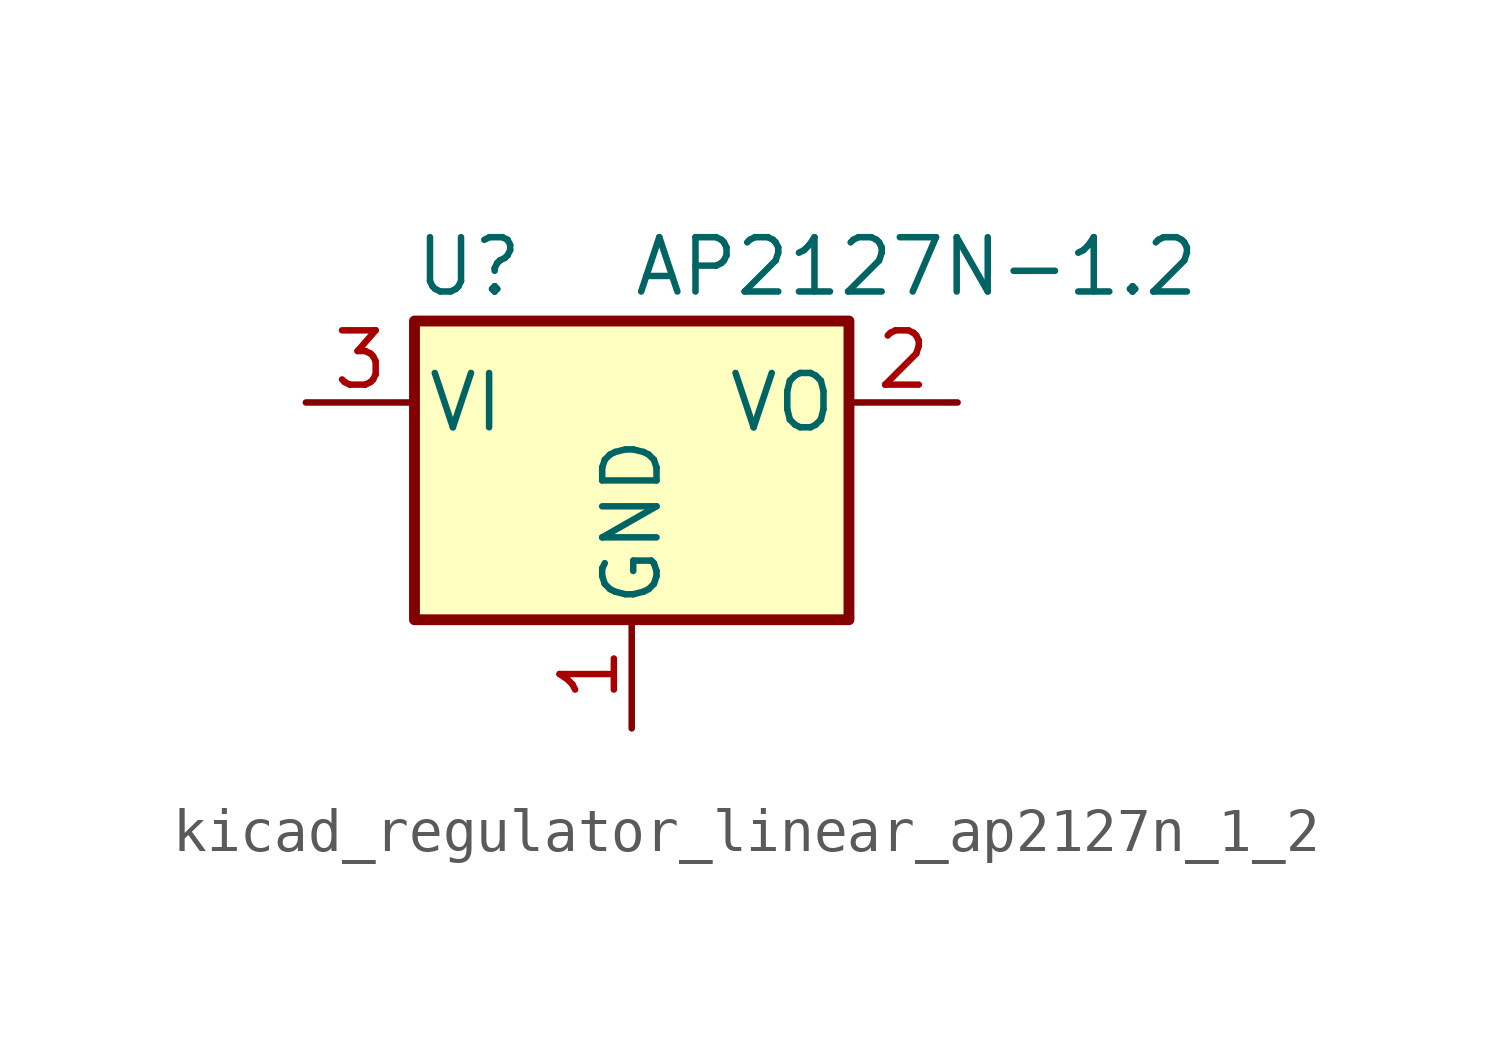
<source format=kicad_sym>
(kicad_symbol_lib
  (version 20220914)
  (generator kicad_symbol_editor)
  (symbol "kicad_regulator_linear_ap2127n_1_2"
    (pin_names
      (offset 0.254))
    (property "Reference" "U"
      (at -3.81 3.175 0)
      (effects (font (size 1.27 1.27))))
    (property "Value" "AP2127N-1.2"
      (at 0 3.175 0)
      (effects (font (size 1.27 1.27)) (justify left)))
    (symbol "kicad_regulator_linear_ap2127n_1_2_0_1"
      (rectangle (start -5.08 1.905) (end 5.08 -5.08) (stroke (width 0.254) (type default)) (fill (type background))))
    (symbol "kicad_regulator_linear_ap2127n_1_2_1_1"
      (pin power_in line (at 0 -7.62 90) (length 2.54) (name "GND" (effects (font (size 1.27 1.27)))) (number "1" (effects (font (size 1.27 1.27)))))
      (pin power_out line (at 7.62 0 180) (length 2.54) (name "VO" (effects (font (size 1.27 1.27)))) (number "2" (effects (font (size 1.27 1.27)))))
      (pin power_in line (at -7.62 0 0) (length 2.54) (name "VI" (effects (font (size 1.27 1.27)))) (number "3" (effects (font (size 1.27 1.27))))))))
</source>
